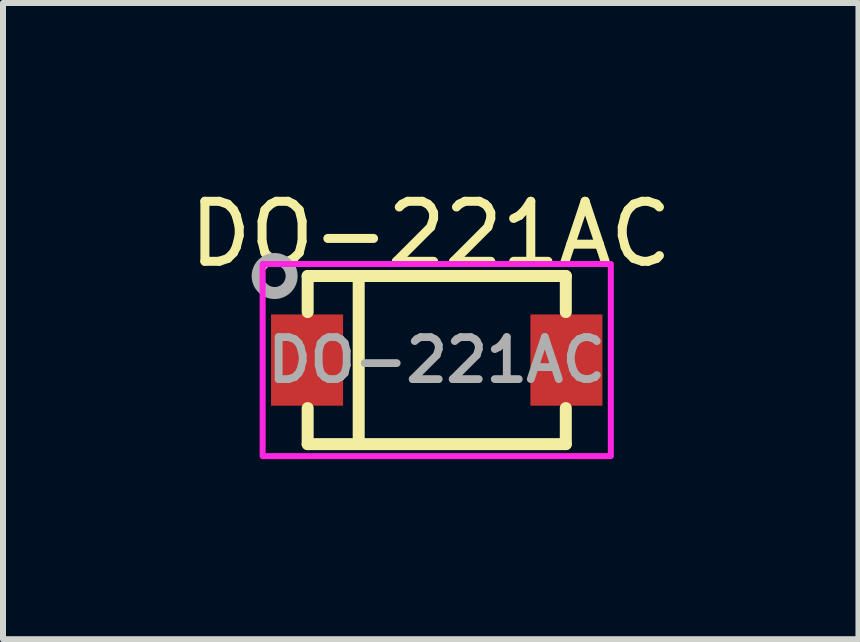
<source format=kicad_pcb>
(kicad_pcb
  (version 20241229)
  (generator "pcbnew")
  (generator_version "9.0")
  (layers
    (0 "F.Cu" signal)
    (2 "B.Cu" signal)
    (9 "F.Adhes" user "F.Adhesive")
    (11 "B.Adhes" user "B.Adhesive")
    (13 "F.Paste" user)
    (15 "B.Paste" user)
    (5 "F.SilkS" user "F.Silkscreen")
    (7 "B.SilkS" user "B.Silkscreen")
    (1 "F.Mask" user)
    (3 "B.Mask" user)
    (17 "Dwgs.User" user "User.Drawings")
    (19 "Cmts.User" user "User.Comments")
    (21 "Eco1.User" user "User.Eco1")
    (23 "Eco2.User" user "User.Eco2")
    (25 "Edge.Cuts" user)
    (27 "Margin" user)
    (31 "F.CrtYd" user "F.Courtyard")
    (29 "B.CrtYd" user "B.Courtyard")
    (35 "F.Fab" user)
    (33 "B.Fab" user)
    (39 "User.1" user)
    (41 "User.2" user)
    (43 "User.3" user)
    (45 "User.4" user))
  (footprint "DO-221AC"
    (layer "F.Cu")
    (at 4.225 2.948)
    (property "Reference" "DO-221AC" (at -0.1 -2.1 0) (unlocked yes) (layer "F.SilkS") (effects (font (size 1 1) (thickness 0.15))))
    (attr smd)
    (fp_line (start -2.15 -1.4) (end -2.15 -0.8) (stroke (width 0.2) (type default)) (layer "F.SilkS"))
    (fp_line (start -2.15 -1.4) (end 2.15 -1.4) (stroke (width 0.2) (type default)) (layer "F.SilkS"))
    (fp_line (start -2.15 1.4) (end -2.15 0.8) (stroke (width 0.2) (type default)) (layer "F.SilkS"))
    (fp_line (start -2.15 1.4) (end 2.15 1.4) (stroke (width 0.2) (type default)) (layer "F.SilkS"))
    (fp_line (start -1.3 -1.4) (end -1.3 1.3) (stroke (width 0.2) (type default)) (layer "F.SilkS"))
    (fp_line (start 2.15 -1.4) (end 2.15 -0.8) (stroke (width 0.2) (type default)) (layer "F.SilkS"))
    (fp_line (start 2.15 1.4) (end 2.15 0.8) (stroke (width 0.2) (type default)) (layer "F.SilkS"))
    (fp_rect (start -2.9 -1.6) (end 2.9 1.6) (stroke (width 0.1) (type default)) (fill no) (layer "F.CrtYd"))
    (fp_circle (center -2.7 -1.4) (end -2.417 -1.4) (stroke (width 0.2) (type default)) (fill no) (layer "F.Fab"))
    (fp_text user "${REFERENCE}" (at 0 0 0) (unlocked yes) (layer "F.Fab") (effects (font (size 0.7 0.7) (thickness 0.13))))
    (pad "1" smd rect (at -2.16 0) (size 1.2 1.52) (layers "F.Cu" "F.Mask" "F.Paste"))
    (pad "2" smd rect (at 2.16 0) (size 1.2 1.52) (layers "F.Cu" "F.Mask" "F.Paste")))
  (gr_rect
    (start -3 -3)
    (end 11.25 7.598)
    (stroke (width 0.1) (type default))
    (fill no)
    (layer "Edge.Cuts")))
</source>
